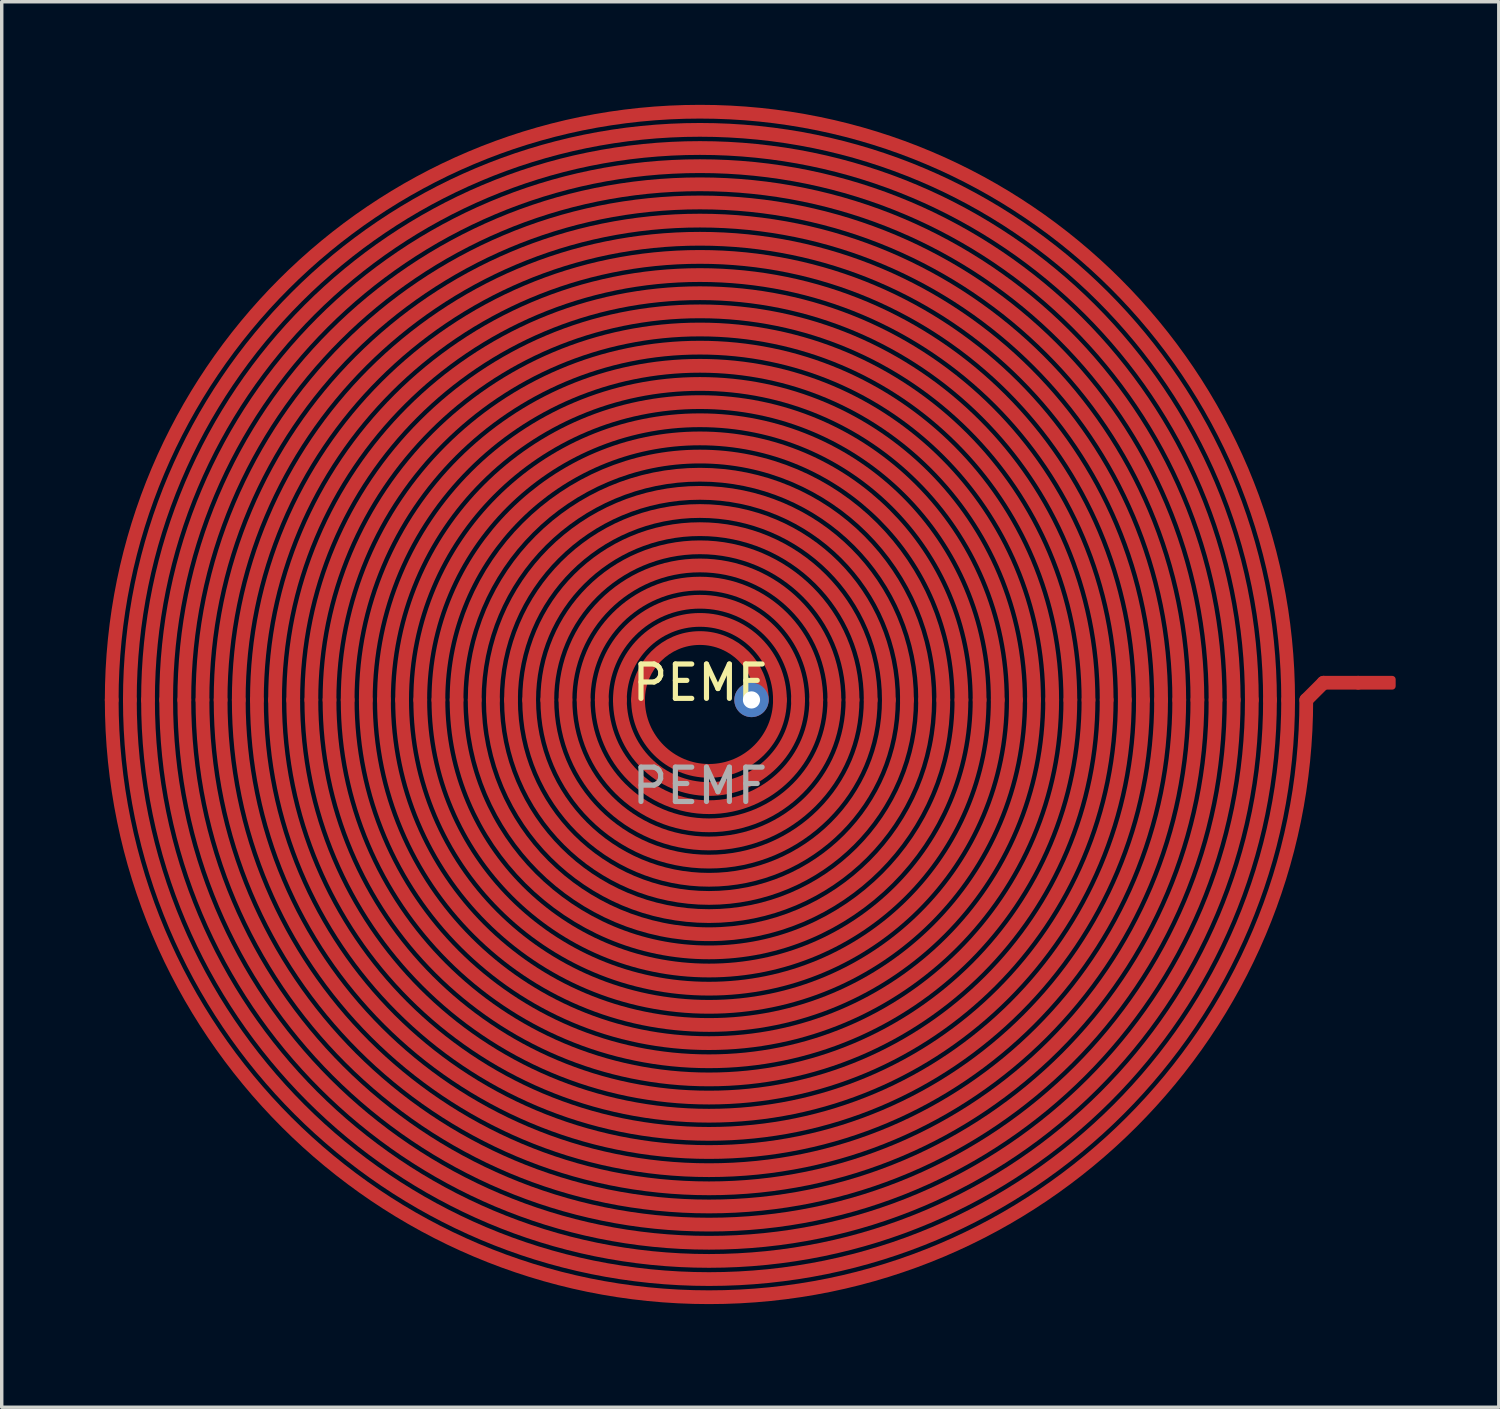
<source format=kicad_pcb>
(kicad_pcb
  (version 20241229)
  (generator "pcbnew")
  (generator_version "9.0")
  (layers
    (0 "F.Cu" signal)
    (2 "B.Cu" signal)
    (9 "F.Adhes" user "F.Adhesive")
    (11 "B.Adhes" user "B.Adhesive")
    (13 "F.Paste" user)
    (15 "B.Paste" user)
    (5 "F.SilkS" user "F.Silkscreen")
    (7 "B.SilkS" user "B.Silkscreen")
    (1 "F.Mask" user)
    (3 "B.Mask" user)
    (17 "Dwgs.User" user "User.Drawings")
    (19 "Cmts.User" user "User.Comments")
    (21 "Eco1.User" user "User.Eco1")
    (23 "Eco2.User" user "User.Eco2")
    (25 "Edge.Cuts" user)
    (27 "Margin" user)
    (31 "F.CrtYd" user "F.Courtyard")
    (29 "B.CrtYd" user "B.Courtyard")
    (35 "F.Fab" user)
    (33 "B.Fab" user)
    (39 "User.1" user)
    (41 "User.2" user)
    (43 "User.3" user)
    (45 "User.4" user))
  (footprint "PEMF"
    (layer "F.Cu")
    (at 17.312 17.312)
    (property "Reference" "PEMF" (at 0 -0.5 0) (unlocked yes) (layer "F.SilkS") (effects (font (size 1 1) (thickness 0.15))))
    (attr smd)
    (fp_line (start 17.64 0) (end 18.14 -0.5) (stroke (width 0.4) (type solid)) (layer "F.Cu"))
    (fp_line (start 18.14 -0.5) (end 19.14 -0.5) (stroke (width 0.4) (type solid)) (layer "F.Cu"))
    (fp_arc (start -17.112 0) (mid 0 -17.112) (end 17.112 0) (stroke (width 0.4) (type solid)) (layer "F.Cu"))
    (fp_arc (start -16.584 0) (mid 0 -16.584) (end 16.584 0) (stroke (width 0.4) (type solid)) (layer "F.Cu"))
    (fp_arc (start -16.056 0) (mid 0 -16.056) (end 16.056 0) (stroke (width 0.4) (type solid)) (layer "F.Cu"))
    (fp_arc (start -15.528 0) (mid 0 -15.528) (end 15.528 0) (stroke (width 0.4) (type solid)) (layer "F.Cu"))
    (fp_arc (start -15 0) (mid 0 -15) (end 15 0) (stroke (width 0.4) (type solid)) (layer "F.Cu"))
    (fp_arc (start -14.472 0) (mid 0 -14.472) (end 14.472 0) (stroke (width 0.4) (type solid)) (layer "F.Cu"))
    (fp_arc (start -13.944 0) (mid 0 -13.944) (end 13.944 0) (stroke (width 0.4) (type solid)) (layer "F.Cu"))
    (fp_arc (start -13.416 0) (mid 0 -13.416) (end 13.416 0) (stroke (width 0.4) (type solid)) (layer "F.Cu"))
    (fp_arc (start -12.888 0) (mid 0 -12.888) (end 12.888 0) (stroke (width 0.4) (type solid)) (layer "F.Cu"))
    (fp_arc (start -12.36 0) (mid 0 -12.36) (end 12.36 0) (stroke (width 0.4) (type solid)) (layer "F.Cu"))
    (fp_arc (start -11.832 0) (mid 0 -11.832) (end 11.832 0) (stroke (width 0.4) (type solid)) (layer "F.Cu"))
    (fp_arc (start -11.304 0) (mid 0 -11.304) (end 11.304 0) (stroke (width 0.4) (type solid)) (layer "F.Cu"))
    (fp_arc (start -10.776 0) (mid 0 -10.776) (end 10.776 0) (stroke (width 0.4) (type solid)) (layer "F.Cu"))
    (fp_arc (start -10.248 0) (mid 0 -10.248) (end 10.248 0) (stroke (width 0.4) (type solid)) (layer "F.Cu"))
    (fp_arc (start -9.72 0) (mid 0 -9.72) (end 9.72 0) (stroke (width 0.4) (type solid)) (layer "F.Cu"))
    (fp_arc (start -9.192 0) (mid 0 -9.192) (end 9.192 0) (stroke (width 0.4) (type solid)) (layer "F.Cu"))
    (fp_arc (start -8.664 0) (mid 0 -8.664) (end 8.664 0) (stroke (width 0.4) (type solid)) (layer "F.Cu"))
    (fp_arc (start -8.136 0) (mid 0 -8.136) (end 8.136 0) (stroke (width 0.4) (type solid)) (layer "F.Cu"))
    (fp_arc (start -7.608 0) (mid 0 -7.608) (end 7.608 0) (stroke (width 0.4) (type solid)) (layer "F.Cu"))
    (fp_arc (start -7.08 0) (mid 0 -7.08) (end 7.08 0) (stroke (width 0.4) (type solid)) (layer "F.Cu"))
    (fp_arc (start -6.552 0) (mid 0 -6.552) (end 6.552 0) (stroke (width 0.4) (type solid)) (layer "F.Cu"))
    (fp_arc (start -6.024 0) (mid 0 -6.024) (end 6.024 0) (stroke (width 0.4) (type solid)) (layer "F.Cu"))
    (fp_arc (start -5.496 0) (mid 0 -5.496) (end 5.496 0) (stroke (width 0.4) (type solid)) (layer "F.Cu"))
    (fp_arc (start -4.968 0) (mid 0 -4.968) (end 4.968 0) (stroke (width 0.4) (type solid)) (layer "F.Cu"))
    (fp_arc (start -4.44 0) (mid 0 -4.44) (end 4.44 0) (stroke (width 0.4) (type solid)) (layer "F.Cu"))
    (fp_arc (start -3.912 0) (mid 0 -3.912) (end 3.912 0) (stroke (width 0.4) (type solid)) (layer "F.Cu"))
    (fp_arc (start -3.384 0) (mid 0 -3.384) (end 3.384 0) (stroke (width 0.4) (type solid)) (layer "F.Cu"))
    (fp_arc (start -2.856 0) (mid 0 -2.856) (end 2.856 0) (stroke (width 0.4) (type solid)) (layer "F.Cu"))
    (fp_arc (start -2.328 0) (mid 0 -2.328) (end 2.328 0) (stroke (width 0.4) (type solid)) (layer "F.Cu"))
    (fp_arc (start -1.8 0) (mid 0 -1.8) (end 1.8 0) (stroke (width 0.4) (type solid)) (layer "F.Cu"))
    (fp_arc (start 2.328 0) (mid 0.264 2.064) (end -1.8 0) (stroke (width 0.4) (type solid)) (layer "F.Cu"))
    (fp_arc (start 2.856 0) (mid 0.264 2.592) (end -2.328 0) (stroke (width 0.4) (type solid)) (layer "F.Cu"))
    (fp_arc (start 3.384 0) (mid 0.264 3.12) (end -2.856 0) (stroke (width 0.4) (type solid)) (layer "F.Cu"))
    (fp_arc (start 3.912 0) (mid 0.264 3.648) (end -3.384 0) (stroke (width 0.4) (type solid)) (layer "F.Cu"))
    (fp_arc (start 4.44 0) (mid 0.264 4.176) (end -3.912 0) (stroke (width 0.4) (type solid)) (layer "F.Cu"))
    (fp_arc (start 4.968 0) (mid 0.264 4.704) (end -4.44 0) (stroke (width 0.4) (type solid)) (layer "F.Cu"))
    (fp_arc (start 5.496 0) (mid 0.264 5.232) (end -4.968 0) (stroke (width 0.4) (type solid)) (layer "F.Cu"))
    (fp_arc (start 6.024 0) (mid 0.264 5.76) (end -5.496 0) (stroke (width 0.4) (type solid)) (layer "F.Cu"))
    (fp_arc (start 6.552 0) (mid 0.264 6.288) (end -6.024 0) (stroke (width 0.4) (type solid)) (layer "F.Cu"))
    (fp_arc (start 7.08 0) (mid 0.264 6.816) (end -6.552 0) (stroke (width 0.4) (type solid)) (layer "F.Cu"))
    (fp_arc (start 7.608 0) (mid 0.264 7.344) (end -7.08 0) (stroke (width 0.4) (type solid)) (layer "F.Cu"))
    (fp_arc (start 8.136 0) (mid 0.264 7.872) (end -7.608 0) (stroke (width 0.4) (type solid)) (layer "F.Cu"))
    (fp_arc (start 8.664 0) (mid 0.264 8.4) (end -8.136 0) (stroke (width 0.4) (type solid)) (layer "F.Cu"))
    (fp_arc (start 9.192 0) (mid 0.264 8.928) (end -8.664 0) (stroke (width 0.4) (type solid)) (layer "F.Cu"))
    (fp_arc (start 9.72 0) (mid 0.264 9.456) (end -9.192 0) (stroke (width 0.4) (type solid)) (layer "F.Cu"))
    (fp_arc (start 10.248 0) (mid 0.264 9.984) (end -9.72 0) (stroke (width 0.4) (type solid)) (layer "F.Cu"))
    (fp_arc (start 10.776 0) (mid 0.264 10.512) (end -10.248 0) (stroke (width 0.4) (type solid)) (layer "F.Cu"))
    (fp_arc (start 11.304 0) (mid 0.264 11.04) (end -10.776 0) (stroke (width 0.4) (type solid)) (layer "F.Cu"))
    (fp_arc (start 11.832 0) (mid 0.264 11.568) (end -11.304 0) (stroke (width 0.4) (type solid)) (layer "F.Cu"))
    (fp_arc (start 12.36 0) (mid 0.264 12.096) (end -11.832 0) (stroke (width 0.4) (type solid)) (layer "F.Cu"))
    (fp_arc (start 12.888 0) (mid 0.264 12.624) (end -12.36 0) (stroke (width 0.4) (type solid)) (layer "F.Cu"))
    (fp_arc (start 13.416 0) (mid 0.264 13.152) (end -12.888 0) (stroke (width 0.4) (type solid)) (layer "F.Cu"))
    (fp_arc (start 13.944 0) (mid 0.264 13.68) (end -13.416 0) (stroke (width 0.4) (type solid)) (layer "F.Cu"))
    (fp_arc (start 14.472 0) (mid 0.264 14.208) (end -13.944 0) (stroke (width 0.4) (type solid)) (layer "F.Cu"))
    (fp_arc (start 15 0) (mid 0.264 14.736) (end -14.472 0) (stroke (width 0.4) (type solid)) (layer "F.Cu"))
    (fp_arc (start 15.528 0) (mid 0.264 15.264) (end -15 0) (stroke (width 0.4) (type solid)) (layer "F.Cu"))
    (fp_arc (start 16.056 0) (mid 0.264 15.792) (end -15.528 0) (stroke (width 0.4) (type solid)) (layer "F.Cu"))
    (fp_arc (start 16.584 0) (mid 0.264 16.32) (end -16.056 0) (stroke (width 0.4) (type solid)) (layer "F.Cu"))
    (fp_arc (start 17.112 0) (mid 0.264 16.848) (end -16.584 0) (stroke (width 0.4) (type solid)) (layer "F.Cu"))
    (fp_arc (start 17.64 0) (mid 0.264 17.376) (end -17.112 0) (stroke (width 0.4) (type solid)) (layer "F.Cu"))
    (fp_text user "${REFERENCE}" (at 0 2.5 0) (unlocked yes) (layer "F.Fab") (effects (font (size 1 1) (thickness 0.15))))
    (pad "" thru_hole circle (at 1.5 0) (size 1 1) (drill 0.5) (layers "*.Cu" "*.Mask"))
    (pad "1" smd roundrect (at 19.64 -0.5) (size 1.2 0.4) (layers "F.Cu") (roundrect_rratio 0.25)))
  (gr_rect
    (start -3 -3)
    (end 40.552 37.888)
    (stroke (width 0.1) (type default))
    (fill no)
    (layer "Edge.Cuts")))
</source>
